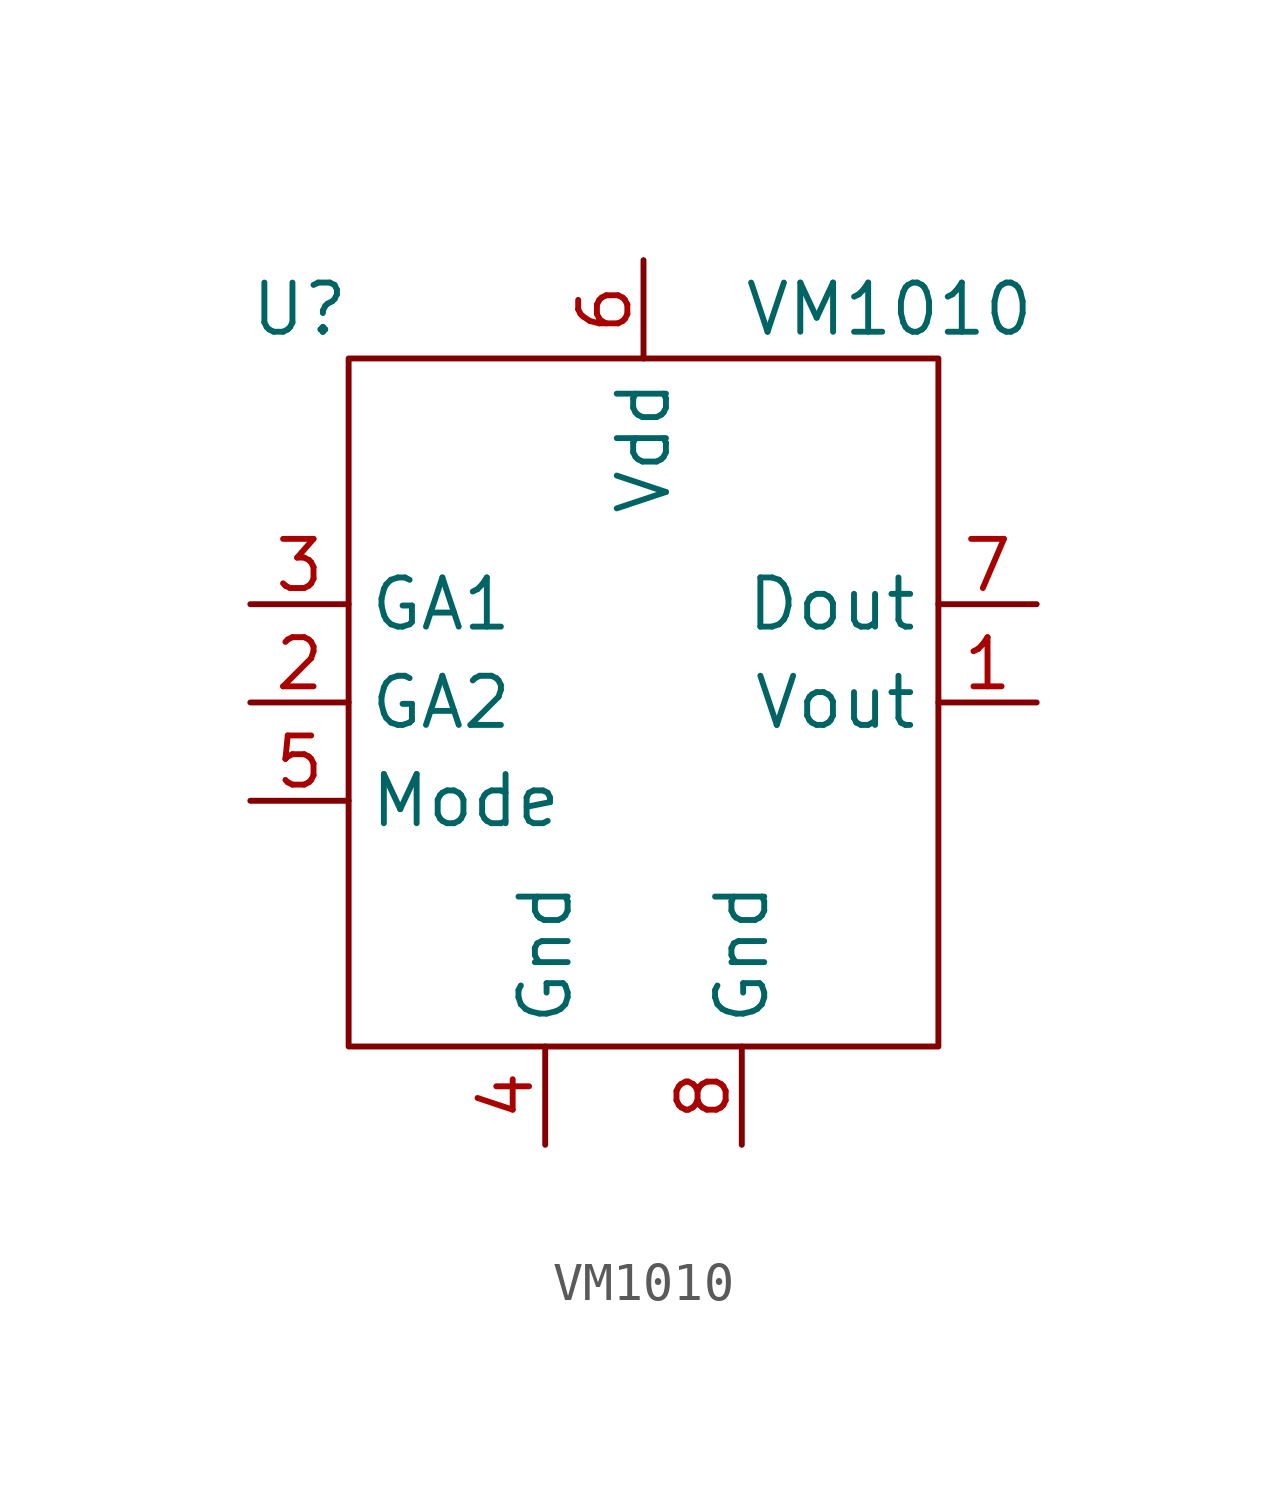
<source format=kicad_sym>
(kicad_symbol_lib
  (version 20211014)
  (generator kicad_symbol_editor)
  (symbol "VM1010"
    (property "Reference" "U"
      (at -8.89 7.62 0)
      (effects (font (size 1.27 1.27))))
    (property "Value" "VM1010"
      (at 6.35 7.62 0)
      (effects (font (size 1.27 1.27))))
    (symbol "VM1010_0_1"
      (rectangle (start -7.62 6.35) (end 7.62 -11.43) (stroke (width 0) (type default) (color 0 0 0 0)) (fill (type none))))
    (symbol "VM1010_1_1"
      (pin output line (at 10.16 -2.54 180) (length 2.54) (name "Vout" (effects (font (size 1.27 1.27)))) (number "1" (effects (font (size 1.27 1.27)))))
      (pin input line (at -10.16 -2.54 0) (length 2.54) (name "GA2" (effects (font (size 1.27 1.27)))) (number "2" (effects (font (size 1.27 1.27)))))
      (pin input line (at -10.16 0 0) (length 2.54) (name "GA1" (effects (font (size 1.27 1.27)))) (number "3" (effects (font (size 1.27 1.27)))))
      (pin power_in line (at -2.54 -13.97 90) (length 2.54) (name "Gnd" (effects (font (size 1.27 1.27)))) (number "4" (effects (font (size 1.27 1.27)))))
      (pin input line (at -10.16 -5.08 0) (length 2.54) (name "Mode" (effects (font (size 1.27 1.27)))) (number "5" (effects (font (size 1.27 1.27)))))
      (pin power_in line (at 0 8.89 270) (length 2.54) (name "Vdd" (effects (font (size 1.27 1.27)))) (number "6" (effects (font (size 1.27 1.27)))))
      (pin output line (at 10.16 0 180) (length 2.54) (name "Dout" (effects (font (size 1.27 1.27)))) (number "7" (effects (font (size 1.27 1.27)))))
      (pin power_in line (at 2.54 -13.97 90) (length 2.54) (name "Gnd" (effects (font (size 1.27 1.27)))) (number "8" (effects (font (size 1.27 1.27))))))))
</source>
